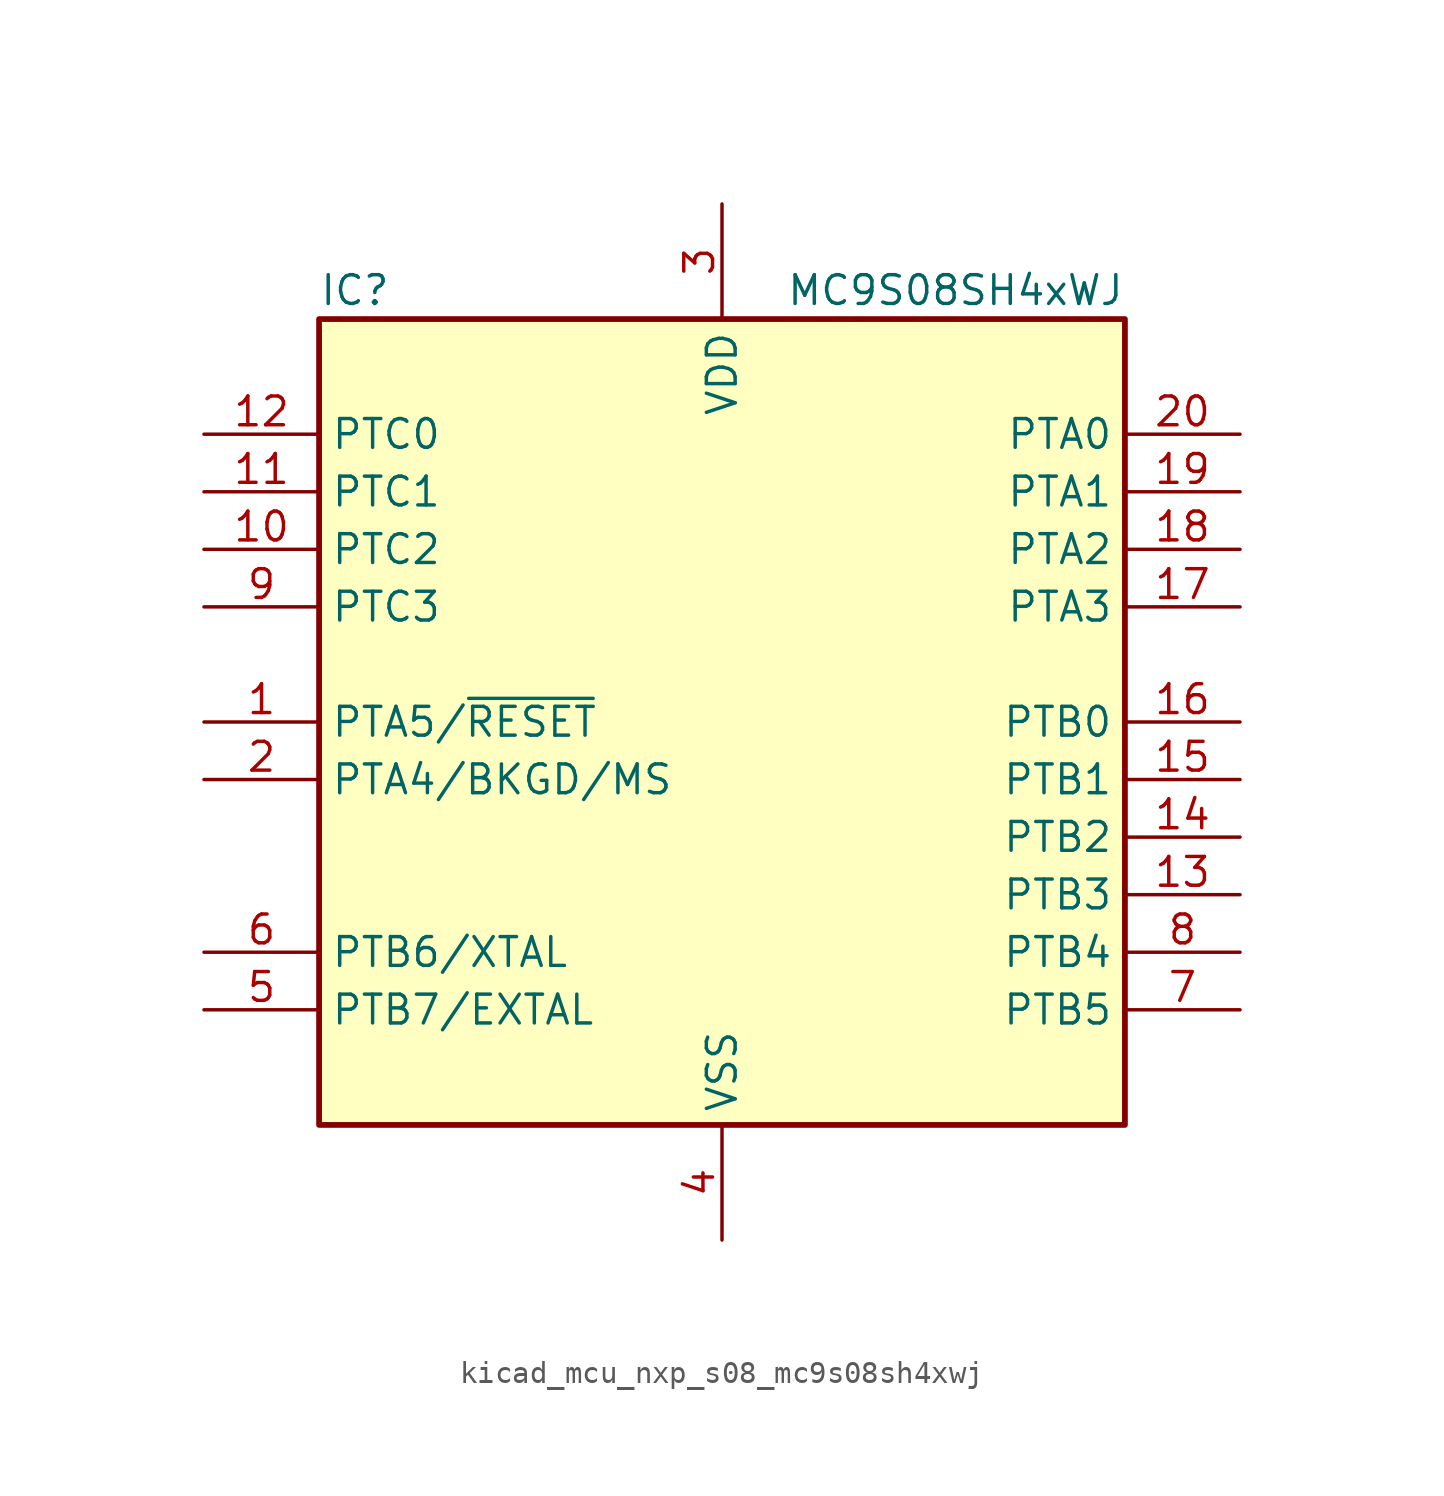
<source format=kicad_sym>
(kicad_symbol_lib
  (version 20220914)
  (generator kicad_symbol_editor)
  (symbol "kicad_mcu_nxp_s08_mc9s08sh4xwj"
    (property "Reference" "IC"
      (at -17.78 19.05 0)
      (effects (font (size 1.27 1.27)) (justify left)))
    (property "Value" "MC9S08SH4xWJ"
      (at 17.78 19.05 0)
      (effects (font (size 1.27 1.27)) (justify right)))
    (symbol "kicad_mcu_nxp_s08_mc9s08sh4xwj_0_1"
      (rectangle (start -17.78 17.78) (end 17.78 -17.78) (stroke (width 0.254) (type default)) (fill (type background))))
    (symbol "kicad_mcu_nxp_s08_mc9s08sh4xwj_1_1"
      (pin bidirectional line (at -22.86 0 0) (length 5.08) (name "PTA5/~{RESET}" (effects (font (size 1.27 1.27)))) (number "1" (effects (font (size 1.27 1.27)))))
      (pin bidirectional line (at -22.86 7.62 0) (length 5.08) (name "PTC2" (effects (font (size 1.27 1.27)))) (number "10" (effects (font (size 1.27 1.27)))))
      (pin bidirectional line (at -22.86 10.16 0) (length 5.08) (name "PTC1" (effects (font (size 1.27 1.27)))) (number "11" (effects (font (size 1.27 1.27)))))
      (pin bidirectional line (at -22.86 12.7 0) (length 5.08) (name "PTC0" (effects (font (size 1.27 1.27)))) (number "12" (effects (font (size 1.27 1.27)))))
      (pin bidirectional line (at 22.86 -7.62 180) (length 5.08) (name "PTB3" (effects (font (size 1.27 1.27)))) (number "13" (effects (font (size 1.27 1.27)))))
      (pin bidirectional line (at 22.86 -5.08 180) (length 5.08) (name "PTB2" (effects (font (size 1.27 1.27)))) (number "14" (effects (font (size 1.27 1.27)))))
      (pin bidirectional line (at 22.86 -2.54 180) (length 5.08) (name "PTB1" (effects (font (size 1.27 1.27)))) (number "15" (effects (font (size 1.27 1.27)))))
      (pin bidirectional line (at 22.86 0 180) (length 5.08) (name "PTB0" (effects (font (size 1.27 1.27)))) (number "16" (effects (font (size 1.27 1.27)))))
      (pin bidirectional line (at 22.86 5.08 180) (length 5.08) (name "PTA3" (effects (font (size 1.27 1.27)))) (number "17" (effects (font (size 1.27 1.27)))))
      (pin bidirectional line (at 22.86 7.62 180) (length 5.08) (name "PTA2" (effects (font (size 1.27 1.27)))) (number "18" (effects (font (size 1.27 1.27)))))
      (pin bidirectional line (at 22.86 10.16 180) (length 5.08) (name "PTA1" (effects (font (size 1.27 1.27)))) (number "19" (effects (font (size 1.27 1.27)))))
      (pin bidirectional line (at -22.86 -2.54 0) (length 5.08) (name "PTA4/BKGD/MS" (effects (font (size 1.27 1.27)))) (number "2" (effects (font (size 1.27 1.27)))))
      (pin bidirectional line (at 22.86 12.7 180) (length 5.08) (name "PTA0" (effects (font (size 1.27 1.27)))) (number "20" (effects (font (size 1.27 1.27)))))
      (pin power_in line (at 0 22.86 270) (length 5.08) (name "VDD" (effects (font (size 1.27 1.27)))) (number "3" (effects (font (size 1.27 1.27)))))
      (pin power_in line (at 0 -22.86 90) (length 5.08) (name "VSS" (effects (font (size 1.27 1.27)))) (number "4" (effects (font (size 1.27 1.27)))))
      (pin bidirectional line (at -22.86 -12.7 0) (length 5.08) (name "PTB7/EXTAL" (effects (font (size 1.27 1.27)))) (number "5" (effects (font (size 1.27 1.27)))))
      (pin bidirectional line (at -22.86 -10.16 0) (length 5.08) (name "PTB6/XTAL" (effects (font (size 1.27 1.27)))) (number "6" (effects (font (size 1.27 1.27)))))
      (pin bidirectional line (at 22.86 -12.7 180) (length 5.08) (name "PTB5" (effects (font (size 1.27 1.27)))) (number "7" (effects (font (size 1.27 1.27)))))
      (pin bidirectional line (at 22.86 -10.16 180) (length 5.08) (name "PTB4" (effects (font (size 1.27 1.27)))) (number "8" (effects (font (size 1.27 1.27)))))
      (pin bidirectional line (at -22.86 5.08 0) (length 5.08) (name "PTC3" (effects (font (size 1.27 1.27)))) (number "9" (effects (font (size 1.27 1.27))))))))
</source>
